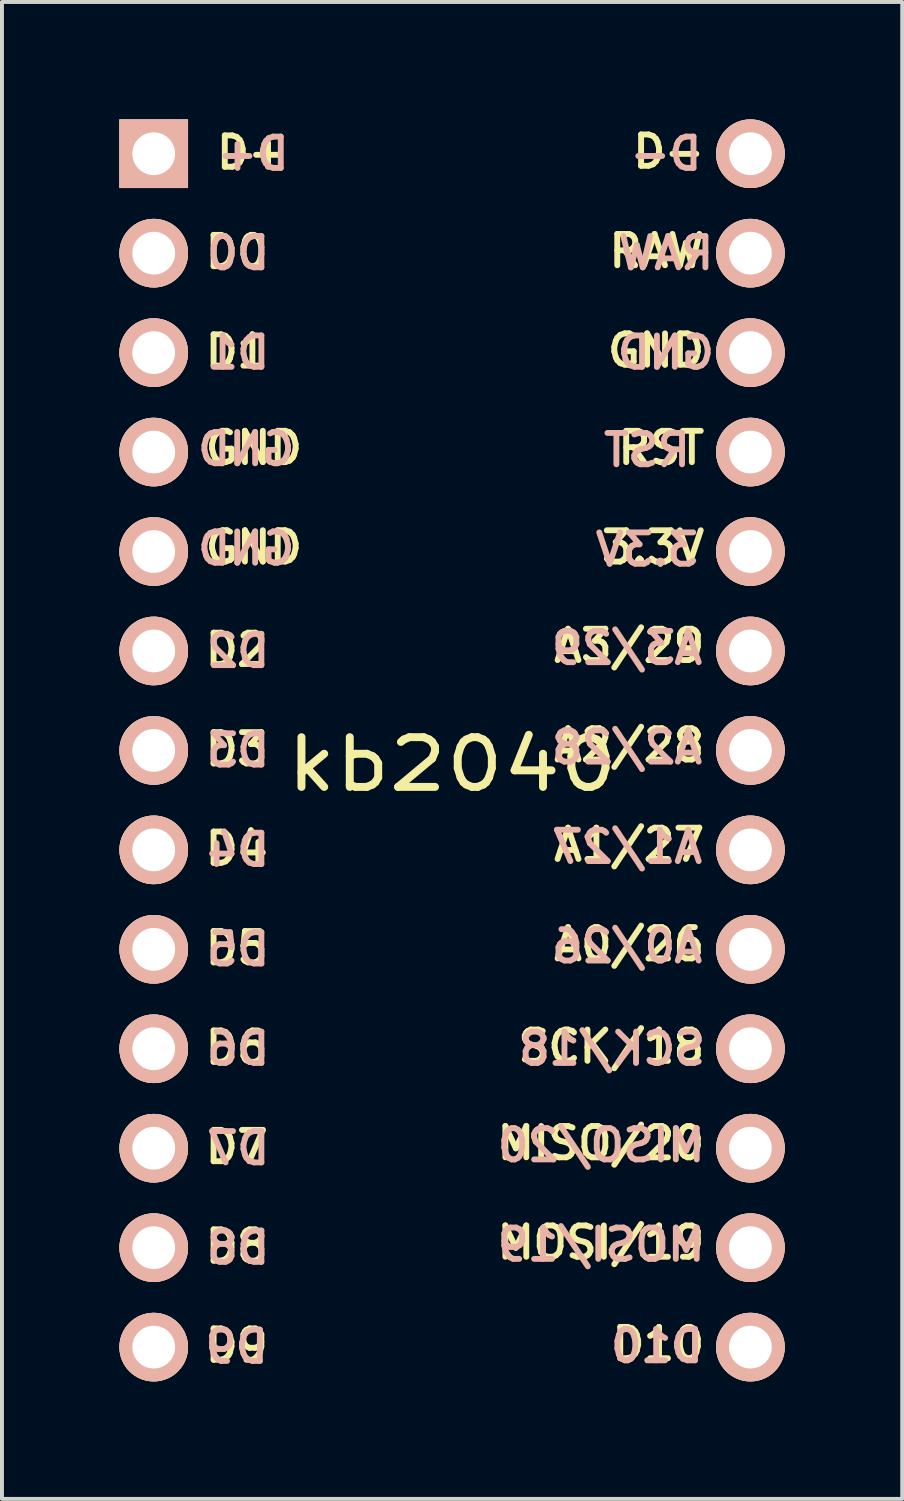
<source format=kicad_pcb>
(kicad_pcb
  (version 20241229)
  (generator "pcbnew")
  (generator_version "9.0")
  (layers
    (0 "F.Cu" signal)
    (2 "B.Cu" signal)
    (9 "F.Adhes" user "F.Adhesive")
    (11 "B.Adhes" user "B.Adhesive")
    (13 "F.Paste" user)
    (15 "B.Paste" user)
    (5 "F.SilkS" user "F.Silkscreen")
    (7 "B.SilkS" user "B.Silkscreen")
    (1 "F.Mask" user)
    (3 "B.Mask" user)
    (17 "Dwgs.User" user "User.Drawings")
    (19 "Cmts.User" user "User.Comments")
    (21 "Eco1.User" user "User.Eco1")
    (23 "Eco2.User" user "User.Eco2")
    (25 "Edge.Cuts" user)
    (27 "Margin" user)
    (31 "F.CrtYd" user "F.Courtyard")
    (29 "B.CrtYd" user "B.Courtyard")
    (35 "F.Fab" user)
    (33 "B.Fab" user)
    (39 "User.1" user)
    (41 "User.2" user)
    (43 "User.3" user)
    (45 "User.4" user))
  (footprint "kb2040"
    (layer "F.Cu")
    (at 8.496 14.846)
    (property "Reference" "kb2040" (at 0 1.625 0) (layer "F.SilkS") (effects (font (size 1.27 1.524) (thickness 0.203))))
    (attr through_hole)
    (fp_text user "D0" (at -5.5 -11.46 0) (layer "F.SilkS") (effects (font (size 0.8 0.8) (thickness 0.15))))
    (fp_text user "D+" (at -5.1 -14 0) (layer "F.SilkS") (effects (font (size 0.8 0.8) (thickness 0.15))))
    (fp_text user "D1" (at -5.5 -8.92 0) (layer "F.SilkS") (effects (font (size 0.8 0.8) (thickness 0.15))))
    (fp_text user "D-" (at 5.533 -14.024 0) (layer "F.SilkS") (effects (font (size 0.8 0.8) (thickness 0.15))))
    (fp_text user "D3" (at -5.5 1.24 0) (layer "F.SilkS") (effects (font (size 0.8 0.8) (thickness 0.15))))
    (fp_text user "A1/27" (at 4.524 3.68 0) (layer "F.SilkS") (effects (font (size 0.8 0.8) (thickness 0.15))))
    (fp_text user "3.3V" (at 5.133 -3.915 0) (layer "F.SilkS") (effects (font (size 0.8 0.8) (thickness 0.15))))
    (fp_text user "D8" (at -5.5 13.94 0) (layer "F.SilkS") (effects (font (size 0.8 0.8) (thickness 0.15))))
    (fp_text user "D6" (at -5.5 8.86 0) (layer "F.SilkS") (effects (font (size 0.8 0.8) (thickness 0.15))))
    (fp_text user "D4" (at -5.5 3.78 0) (layer "F.SilkS") (effects (font (size 0.8 0.8) (thickness 0.15))))
    (fp_text user "A2/28" (at 4.524 1.14 0) (layer "F.SilkS") (effects (font (size 0.8 0.8) (thickness 0.15))))
    (fp_text user "A0/26" (at 4.524 6.22 0) (layer "F.SilkS") (effects (font (size 0.8 0.8) (thickness 0.15))))
    (fp_text user "RST" (at 5.343 -6.455 0) (layer "F.SilkS") (effects (font (size 0.8 0.8) (thickness 0.15))))
    (fp_text user "MOSI/19" (at 3.8 13.84 0) (layer "F.SilkS") (effects (font (size 0.8 0.8) (thickness 0.15))))
    (fp_text user "D2" (at -5.5 -1.3 0) (layer "F.SilkS") (effects (font (size 0.8 0.8) (thickness 0.15))))
    (fp_text user "RAW" (at 5.229 -11.484 0) (layer "F.SilkS") (effects (font (size 0.8 0.8) (thickness 0.15))))
    (fp_text user "GND" (at -5.062 -6.456 0) (layer "F.SilkS") (effects (font (size 0.8 0.8) (thickness 0.15))))
    (fp_text user "GND" (at -5.062 -3.916 0) (layer "F.SilkS") (effects (font (size 0.8 0.8) (thickness 0.15))))
    (fp_text user "D7" (at -5.5 11.4 0) (layer "F.SilkS") (effects (font (size 0.8 0.8) (thickness 0.15))))
    (fp_text user "A3/29" (at 4.524 -1.4 0) (layer "F.SilkS") (effects (font (size 0.8 0.8) (thickness 0.15))))
    (fp_text user "GND" (at 5.21 -8.944 0) (layer "F.SilkS") (effects (font (size 0.8 0.8) (thickness 0.15))))
    (fp_text user "SCK/18" (at 4.067 8.836 0) (layer "F.SilkS") (effects (font (size 0.8 0.8) (thickness 0.15))))
    (fp_text user "MISO/20" (at 3.8 11.3 0) (layer "F.SilkS") (effects (font (size 0.8 0.8) (thickness 0.15))))
    (fp_text user "D9" (at -5.5 16.47 0) (layer "F.SilkS") (effects (font (size 0.8 0.8) (thickness 0.15))))
    (fp_text user "D5" (at -5.5 6.32 0) (layer "F.SilkS") (effects (font (size 0.8 0.8) (thickness 0.15))))
    (fp_text user "D10" (at 5.267 16.431 0) (layer "F.SilkS") (effects (font (size 0.8 0.8) (thickness 0.15))))
    (fp_text user "D2" (at -5.461 -1.27 0) (layer "B.SilkS") (effects (font (size 0.8 0.8) (thickness 0.15)) (justify mirror)))
    (fp_text user "D1" (at -5.461 -8.89 0) (layer "B.SilkS") (effects (font (size 0.8 0.8) (thickness 0.15)) (justify mirror)))
    (fp_text user "D6" (at -5.461 8.89 0) (layer "B.SilkS") (effects (font (size 0.8 0.8) (thickness 0.15)) (justify mirror)))
    (fp_text user "3.3V" (at 4.978 -3.861 0) (layer "B.SilkS") (effects (font (size 0.8 0.8) (thickness 0.15)) (justify mirror)))
    (fp_text user "A3/29" (at 4.47 -1.346 0) (layer "B.SilkS") (effects (font (size 0.8 0.8) (thickness 0.15)) (justify mirror)))
    (fp_text user "D+" (at -5.08 -13.97 0) (layer "B.SilkS") (effects (font (size 0.8 0.8) (thickness 0.15)) (justify mirror)))
    (fp_text user "GND" (at -5.258 -6.426 0) (layer "B.SilkS") (effects (font (size 0.8 0.8) (thickness 0.15)) (justify mirror)))
    (fp_text user "MOSI/19" (at 3.81 13.894 0) (layer "B.SilkS") (effects (font (size 0.8 0.8) (thickness 0.15)) (justify mirror)))
    (fp_text user "D10" (at 5.232 16.485 0) (layer "B.SilkS") (effects (font (size 0.8 0.8) (thickness 0.15)) (justify mirror)))
    (fp_text user "D7" (at -5.461 11.43 0) (layer "B.SilkS") (effects (font (size 0.8 0.8) (thickness 0.15)) (justify mirror)))
    (fp_text user "GND" (at 5.461 -8.89 0) (layer "B.SilkS") (effects (font (size 0.8 0.8) (thickness 0.15)) (justify mirror)))
    (fp_text user "RAW" (at 5.461 -11.43 0) (layer "B.SilkS") (effects (font (size 0.8 0.8) (thickness 0.15)) (justify mirror)))
    (fp_text user "GND" (at -5.258 -3.886 0) (layer "B.SilkS") (effects (font (size 0.8 0.8) (thickness 0.15)) (justify mirror)))
    (fp_text user "D-" (at 5.461 -13.97 0) (layer "B.SilkS") (effects (font (size 0.8 0.8) (thickness 0.15)) (justify mirror)))
    (fp_text user "MISO/20" (at 3.81 11.354 0) (layer "B.SilkS") (effects (font (size 0.8 0.8) (thickness 0.15)) (justify mirror)))
    (fp_text user "D3" (at -5.461 1.27 0) (layer "B.SilkS") (effects (font (size 0.8 0.8) (thickness 0.15)) (justify mirror)))
    (fp_text user "RST" (at 4.978 -6.401 0) (layer "B.SilkS") (effects (font (size 0.8 0.8) (thickness 0.15)) (justify mirror)))
    (fp_text user "A0/26" (at 4.47 6.274 0) (layer "B.SilkS") (effects (font (size 0.8 0.8) (thickness 0.15)) (justify mirror)))
    (fp_text user "A2/28" (at 4.47 1.194 0) (layer "B.SilkS") (effects (font (size 0.8 0.8) (thickness 0.15)) (justify mirror)))
    (fp_text user "D5" (at -5.461 6.35 0) (layer "B.SilkS") (effects (font (size 0.8 0.8) (thickness 0.15)) (justify mirror)))
    (fp_text user "D9" (at -5.5 16.5 0) (layer "B.SilkS") (effects (font (size 0.8 0.8) (thickness 0.15)) (justify mirror)))
    (fp_text user "D8" (at -5.461 13.97 0) (layer "B.SilkS") (effects (font (size 0.8 0.8) (thickness 0.15)) (justify mirror)))
    (fp_text user "D0" (at -5.461 -11.43 0) (layer "B.SilkS") (effects (font (size 0.8 0.8) (thickness 0.15)) (justify mirror)))
    (fp_text user "SCK/18" (at 4.089 8.89 0) (layer "B.SilkS") (effects (font (size 0.8 0.8) (thickness 0.15)) (justify mirror)))
    (fp_text user "D4" (at -5.461 3.81 0) (layer "B.SilkS") (effects (font (size 0.8 0.8) (thickness 0.15)) (justify mirror)))
    (fp_text user "A1/27" (at 4.47 3.734 0) (layer "B.SilkS") (effects (font (size 0.8 0.8) (thickness 0.15)) (justify mirror)))
    (pad "1" thru_hole rect (at -7.62 -13.97 270) (size 1.753 1.753) (drill 1.092) (layers "*.Cu" "*.SilkS" "*.Mask"))
    (pad "2" thru_hole circle (at -7.62 -11.43 270) (size 1.753 1.753) (drill 1.092) (layers "*.Cu" "*.SilkS" "*.Mask"))
    (pad "3" thru_hole circle (at -7.62 -8.89 270) (size 1.753 1.753) (drill 1.092) (layers "*.Cu" "*.SilkS" "*.Mask"))
    (pad "4" thru_hole circle (at -7.62 -6.35 270) (size 1.753 1.753) (drill 1.092) (layers "*.Cu" "*.SilkS" "*.Mask"))
    (pad "5" thru_hole circle (at -7.62 -3.81 270) (size 1.753 1.753) (drill 1.092) (layers "*.Cu" "*.SilkS" "*.Mask"))
    (pad "6" thru_hole circle (at -7.62 -1.27 270) (size 1.753 1.753) (drill 1.092) (layers "*.Cu" "*.SilkS" "*.Mask"))
    (pad "7" thru_hole circle (at -7.62 1.27 270) (size 1.753 1.753) (drill 1.092) (layers "*.Cu" "*.SilkS" "*.Mask"))
    (pad "8" thru_hole circle (at -7.62 3.81 270) (size 1.753 1.753) (drill 1.092) (layers "*.Cu" "*.SilkS" "*.Mask"))
    (pad "9" thru_hole circle (at -7.62 6.35 270) (size 1.753 1.753) (drill 1.092) (layers "*.Cu" "*.SilkS" "*.Mask"))
    (pad "10" thru_hole circle (at -7.62 8.89 270) (size 1.753 1.753) (drill 1.092) (layers "*.Cu" "*.SilkS" "*.Mask"))
    (pad "11" thru_hole circle (at -7.62 11.43 270) (size 1.753 1.753) (drill 1.092) (layers "*.Cu" "*.SilkS" "*.Mask"))
    (pad "12" thru_hole circle (at -7.62 13.97 270) (size 1.753 1.753) (drill 1.092) (layers "*.Cu" "*.SilkS" "*.Mask"))
    (pad "13" thru_hole circle (at -7.62 16.51 270) (size 1.753 1.753) (drill 1.092) (layers "*.Cu" "*.SilkS" "*.Mask"))
    (pad "14" thru_hole circle (at 7.62 -13.97 270) (size 1.753 1.753) (drill 1.092) (layers "*.Cu" "*.SilkS" "*.Mask"))
    (pad "15" thru_hole circle (at 7.62 -11.43 270) (size 1.753 1.753) (drill 1.092) (layers "*.Cu" "*.SilkS" "*.Mask"))
    (pad "16" thru_hole circle (at 7.62 -8.89 270) (size 1.753 1.753) (drill 1.092) (layers "*.Cu" "*.SilkS" "*.Mask"))
    (pad "17" thru_hole circle (at 7.62 -6.35 270) (size 1.753 1.753) (drill 1.092) (layers "*.Cu" "*.SilkS" "*.Mask"))
    (pad "18" thru_hole circle (at 7.62 -3.81 270) (size 1.753 1.753) (drill 1.092) (layers "*.Cu" "*.SilkS" "*.Mask"))
    (pad "19" thru_hole circle (at 7.62 -1.27 270) (size 1.753 1.753) (drill 1.092) (layers "*.Cu" "*.SilkS" "*.Mask"))
    (pad "20" thru_hole circle (at 7.62 1.27 270) (size 1.753 1.753) (drill 1.092) (layers "*.Cu" "*.SilkS" "*.Mask"))
    (pad "21" thru_hole circle (at 7.62 3.81 270) (size 1.753 1.753) (drill 1.092) (layers "*.Cu" "*.SilkS" "*.Mask"))
    (pad "22" thru_hole circle (at 7.62 6.35 270) (size 1.753 1.753) (drill 1.092) (layers "*.Cu" "*.SilkS" "*.Mask"))
    (pad "23" thru_hole circle (at 7.62 8.89 270) (size 1.753 1.753) (drill 1.092) (layers "*.Cu" "*.SilkS" "*.Mask"))
    (pad "24" thru_hole circle (at 7.62 11.43 270) (size 1.753 1.753) (drill 1.092) (layers "*.Cu" "*.SilkS" "*.Mask"))
    (pad "25" thru_hole circle (at 7.62 13.97 270) (size 1.753 1.753) (drill 1.092) (layers "*.Cu" "*.SilkS" "*.Mask"))
    (pad "26" thru_hole circle (at 7.62 16.51 270) (size 1.753 1.753) (drill 1.092) (layers "*.Cu" "*.SilkS" "*.Mask")))
  (gr_rect
    (start -3 -3)
    (end 19.993 35.233)
    (stroke (width 0.1) (type default))
    (fill no)
    (layer "Edge.Cuts")))
</source>
